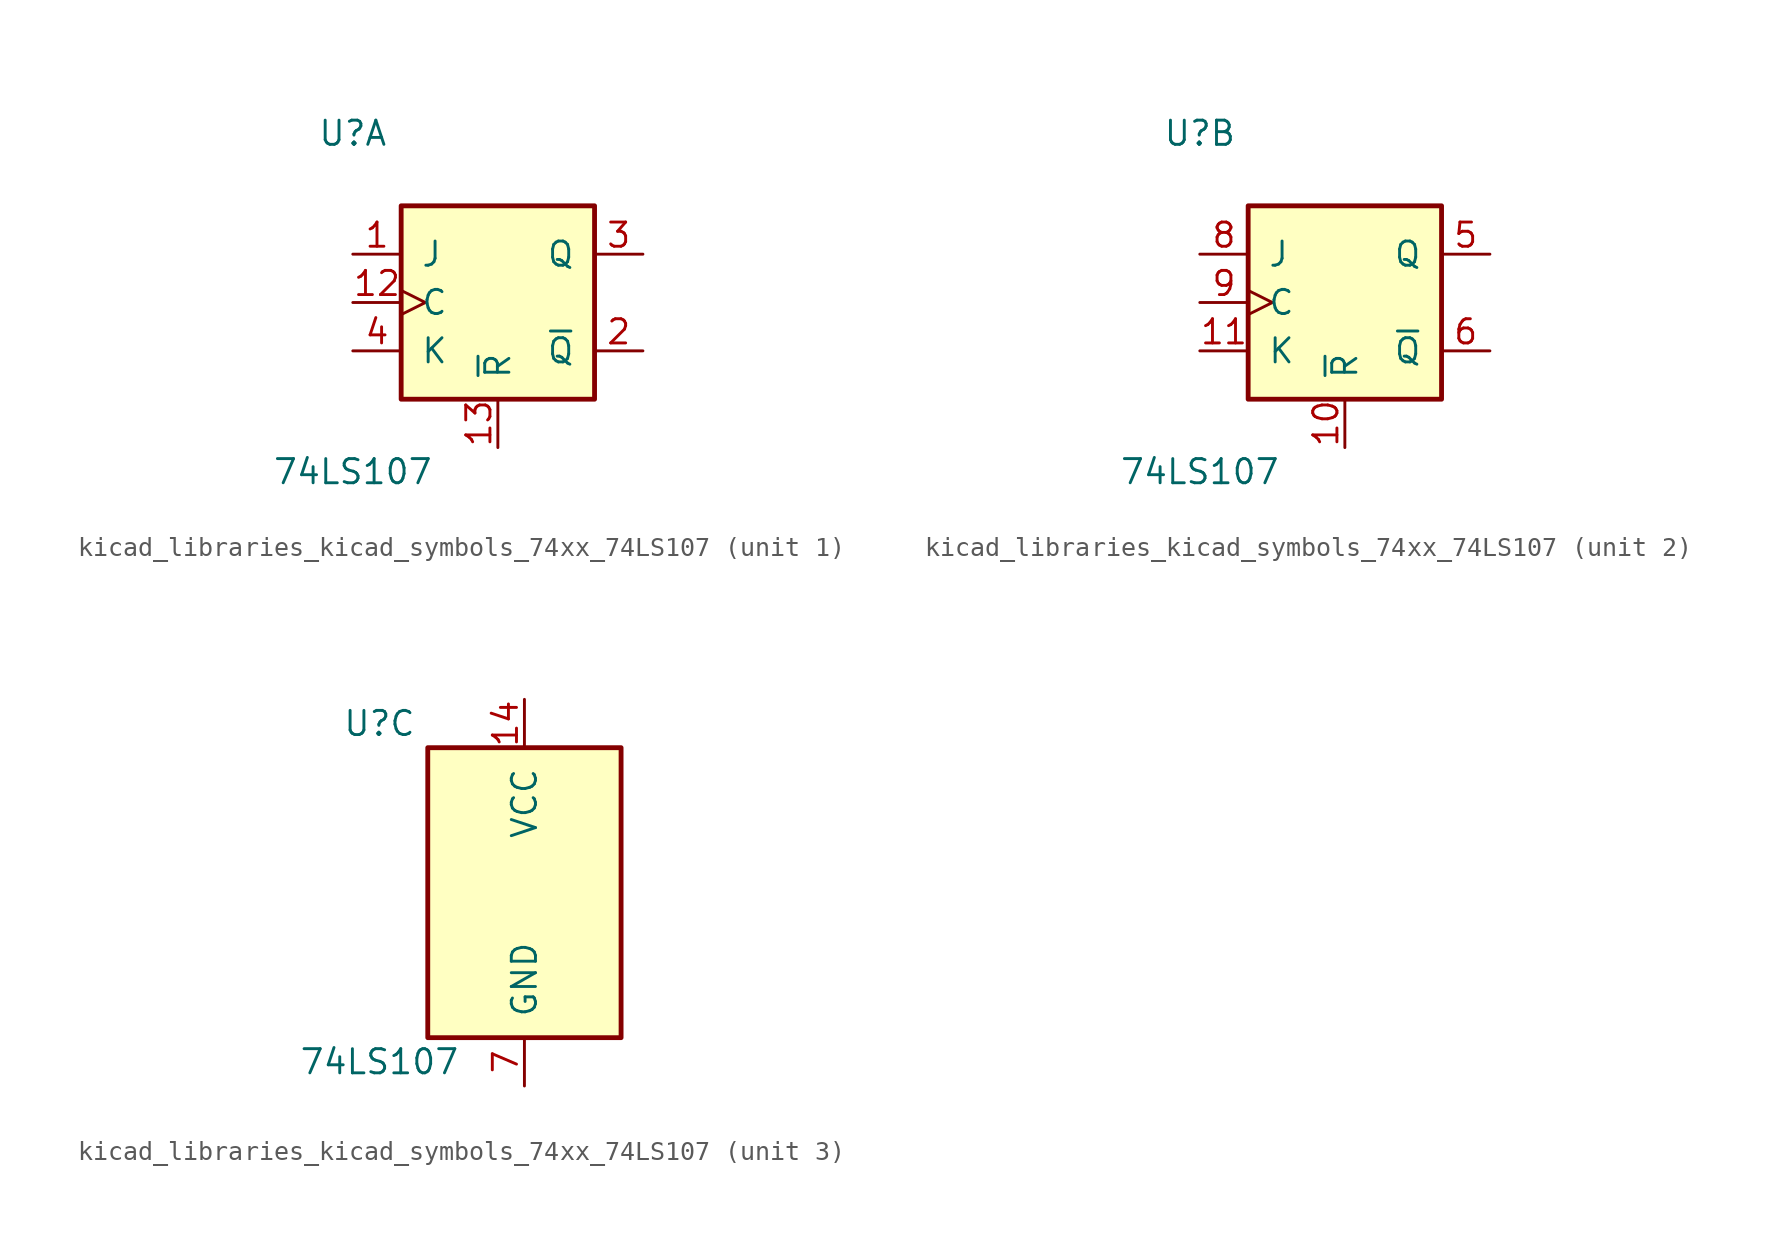
<source format=kicad_sym>
(kicad_symbol_lib
  (version 20220914)
  (generator kicad_symbol_editor)
  (symbol "kicad_libraries_kicad_symbols_74xx_74LS107"
    (pin_names
      (offset 1.016))
    (property "Reference" "U"
      (at -7.62 8.89 0)
      (effects (font (size 1.27 1.27))))
    (property "Value" "74LS107"
      (at -7.62 -8.89 0)
      (effects (font (size 1.27 1.27))))
    (property "ki_locked" ""
      (at 0 0 0)
      (effects (font (size 1.27 1.27))))
    (symbol "kicad_libraries_kicad_symbols_74xx_74LS107_1_0"
      (pin input line (at -7.62 2.54 0) (length 2.54) (name "J" (effects (font (size 1.27 1.27)))) (number "1" (effects (font (size 1.27 1.27)))))
      (pin input clock (at -7.62 0 0) (length 2.54) (name "C" (effects (font (size 1.27 1.27)))) (number "12" (effects (font (size 1.27 1.27)))))
      (pin input line (at 0 -7.62 90) (length 2.54) (name "~{R}" (effects (font (size 1.27 1.27)))) (number "13" (effects (font (size 1.27 1.27)))))
      (pin output line (at 7.62 -2.54 180) (length 2.54) (name "~{Q}" (effects (font (size 1.27 1.27)))) (number "2" (effects (font (size 1.27 1.27)))))
      (pin output line (at 7.62 2.54 180) (length 2.54) (name "Q" (effects (font (size 1.27 1.27)))) (number "3" (effects (font (size 1.27 1.27)))))
      (pin input line (at -7.62 -2.54 0) (length 2.54) (name "K" (effects (font (size 1.27 1.27)))) (number "4" (effects (font (size 1.27 1.27))))))
    (symbol "kicad_libraries_kicad_symbols_74xx_74LS107_1_1"
      (rectangle (start -5.08 5.08) (end 5.08 -5.08) (stroke (width 0.254) (type default)) (fill (type background))))
    (symbol "kicad_libraries_kicad_symbols_74xx_74LS107_2_0"
      (pin input line (at 0 -7.62 90) (length 2.54) (name "~{R}" (effects (font (size 1.27 1.27)))) (number "10" (effects (font (size 1.27 1.27)))))
      (pin input line (at -7.62 -2.54 0) (length 2.54) (name "K" (effects (font (size 1.27 1.27)))) (number "11" (effects (font (size 1.27 1.27)))))
      (pin output line (at 7.62 2.54 180) (length 2.54) (name "Q" (effects (font (size 1.27 1.27)))) (number "5" (effects (font (size 1.27 1.27)))))
      (pin output line (at 7.62 -2.54 180) (length 2.54) (name "~{Q}" (effects (font (size 1.27 1.27)))) (number "6" (effects (font (size 1.27 1.27)))))
      (pin input line (at -7.62 2.54 0) (length 2.54) (name "J" (effects (font (size 1.27 1.27)))) (number "8" (effects (font (size 1.27 1.27)))))
      (pin input clock (at -7.62 0 0) (length 2.54) (name "C" (effects (font (size 1.27 1.27)))) (number "9" (effects (font (size 1.27 1.27))))))
    (symbol "kicad_libraries_kicad_symbols_74xx_74LS107_2_1"
      (rectangle (start -5.08 5.08) (end 5.08 -5.08) (stroke (width 0.254) (type default)) (fill (type background))))
    (symbol "kicad_libraries_kicad_symbols_74xx_74LS107_3_0"
      (pin power_in line (at 0 10.16 270) (length 2.54) (name "VCC" (effects (font (size 1.27 1.27)))) (number "14" (effects (font (size 1.27 1.27)))))
      (pin power_in line (at 0 -10.16 90) (length 2.54) (name "GND" (effects (font (size 1.27 1.27)))) (number "7" (effects (font (size 1.27 1.27))))))
    (symbol "kicad_libraries_kicad_symbols_74xx_74LS107_3_1"
      (rectangle (start -5.08 7.62) (end 5.08 -7.62) (stroke (width 0.254) (type default)) (fill (type background))))))
</source>
